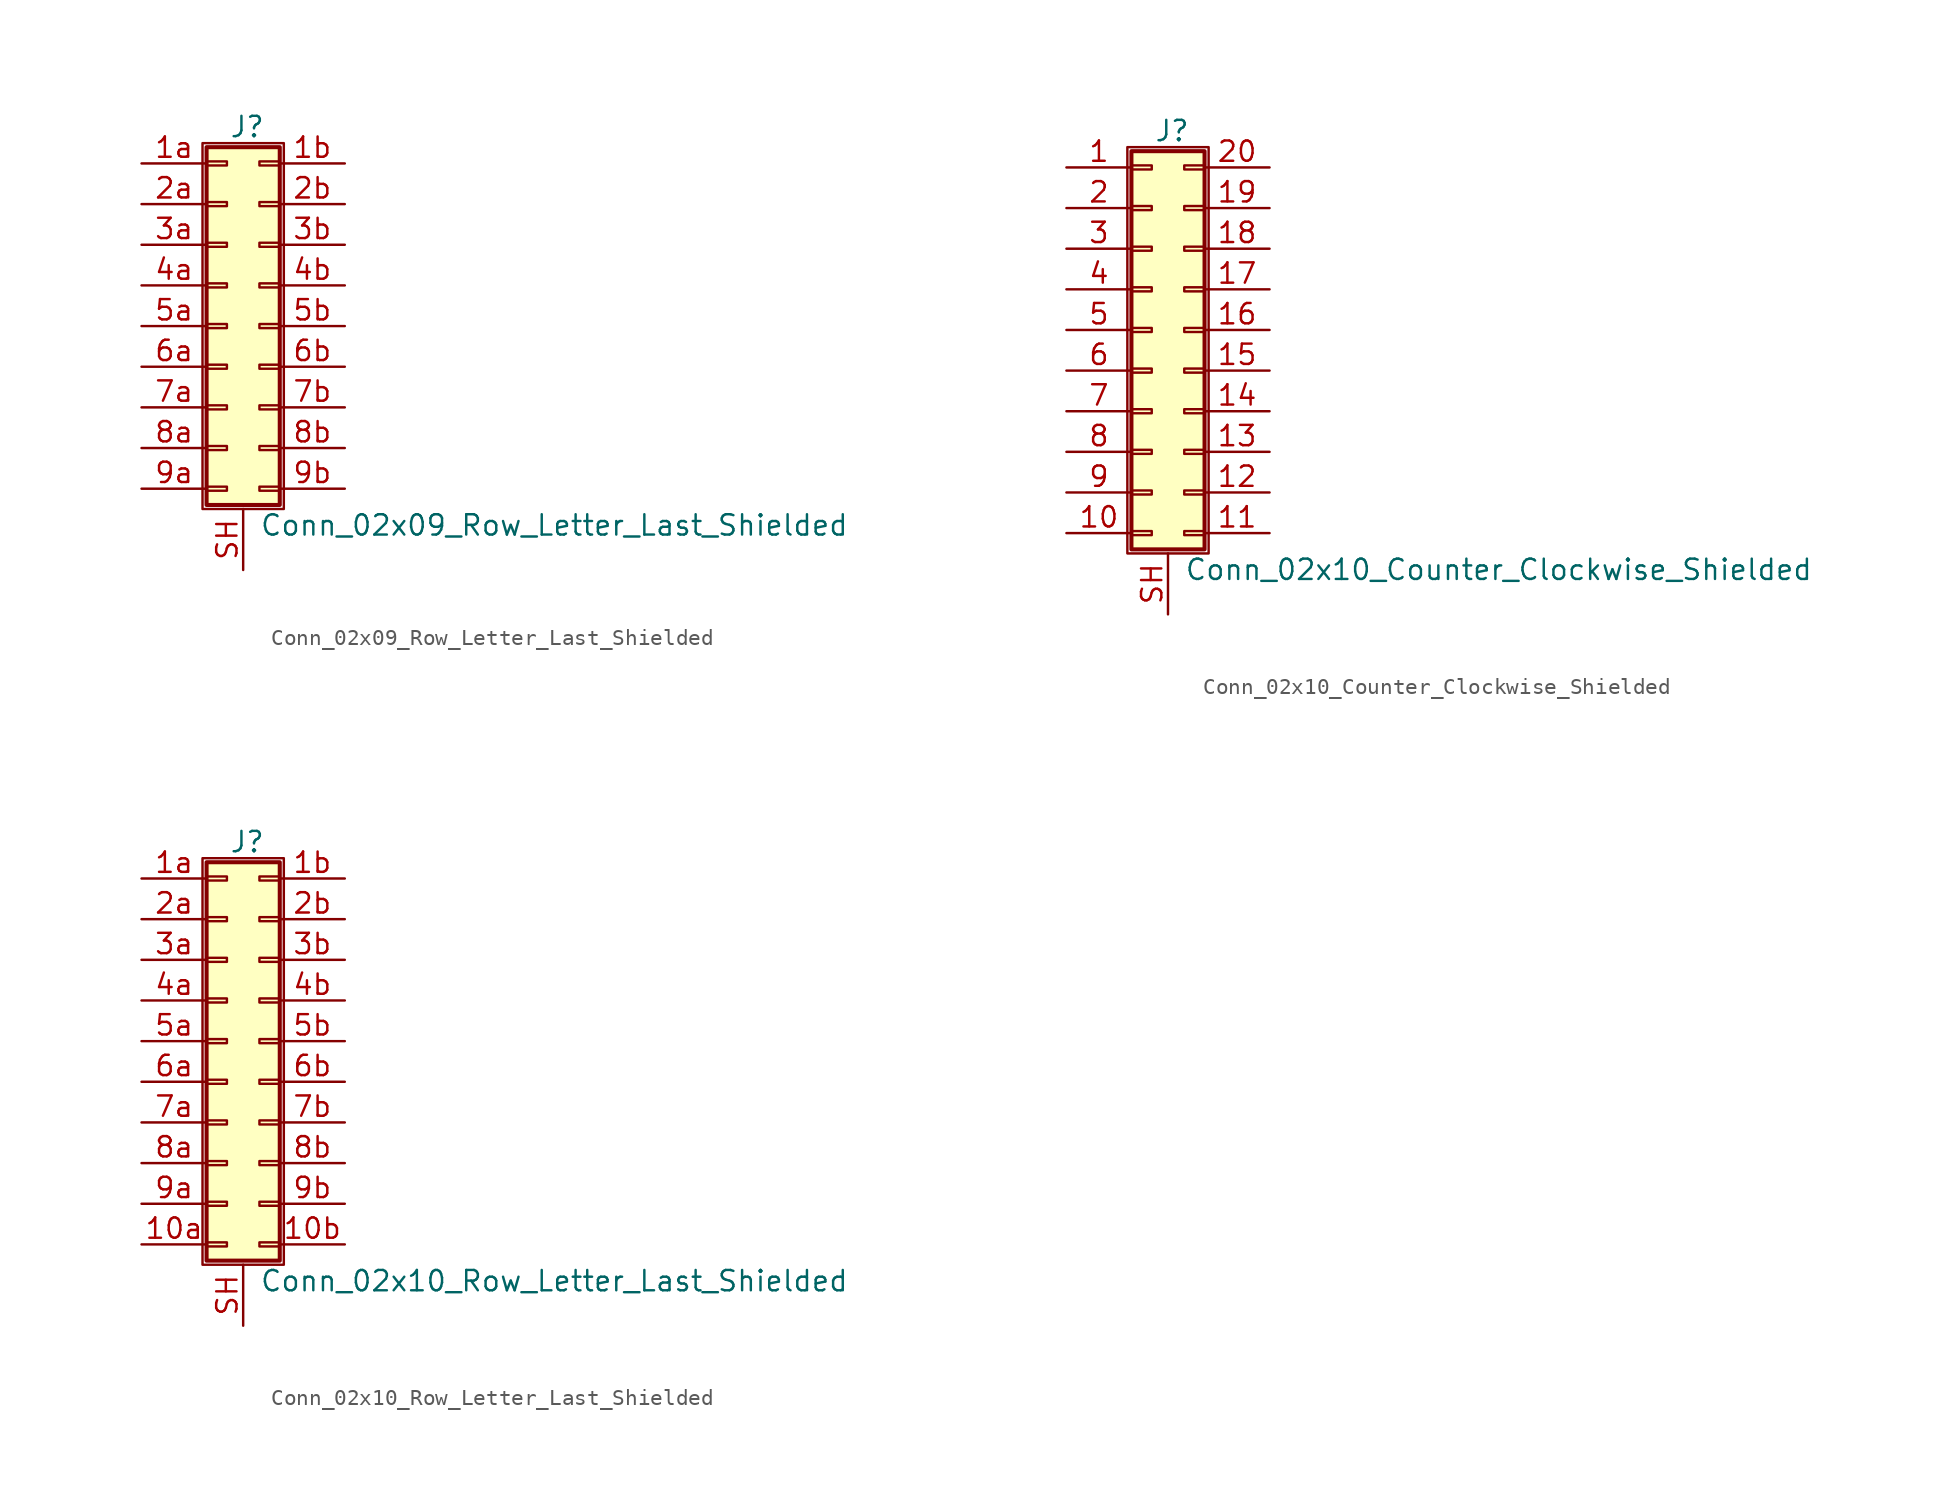
<source format=kicad_sym>
(kicad_symbol_lib
  (version 20220914)
  (generator kicad_symbol_editor)
  (symbol "Conn_02x09_Row_Letter_Last_Shielded"
    (pin_names
      (offset 1.016) hide)
    (property "Reference" "J"
      (at 1.524 12.446 0)
      (effects (font (size 1.27 1.27))))
    (property "Value" "Conn_02x09_Row_Letter_Last_Shielded"
      (at 2.286 -12.446 0)
      (effects (font (size 1.27 1.27)) (justify left)))
    (symbol "Conn_02x09_Row_Letter_Last_Shielded_1_1"
      (rectangle (start -1.27 11.43) (end 3.81 -11.43) (stroke (width 0.152) (type default)) (fill (type none)))
      (rectangle (start -1.016 -10.033) (end 0.254 -10.287) (stroke (width 0.152) (type default)) (fill (type none)))
      (rectangle (start -1.016 -7.493) (end 0.254 -7.747) (stroke (width 0.152) (type default)) (fill (type none)))
      (rectangle (start -1.016 -4.953) (end 0.254 -5.207) (stroke (width 0.152) (type default)) (fill (type none)))
      (rectangle (start -1.016 -2.413) (end 0.254 -2.667) (stroke (width 0.152) (type default)) (fill (type none)))
      (rectangle (start -1.016 0.127) (end 0.254 -0.127) (stroke (width 0.152) (type default)) (fill (type none)))
      (rectangle (start -1.016 2.667) (end 0.254 2.413) (stroke (width 0.152) (type default)) (fill (type none)))
      (rectangle (start -1.016 5.207) (end 0.254 4.953) (stroke (width 0.152) (type default)) (fill (type none)))
      (rectangle (start -1.016 7.747) (end 0.254 7.493) (stroke (width 0.152) (type default)) (fill (type none)))
      (rectangle (start -1.016 10.287) (end 0.254 10.033) (stroke (width 0.152) (type default)) (fill (type none)))
      (rectangle (start -1.016 11.176) (end 3.556 -11.176) (stroke (width 0.254) (type default)) (fill (type background)))
      (rectangle (start 3.556 -10.033) (end 2.286 -10.287) (stroke (width 0.152) (type default)) (fill (type none)))
      (rectangle (start 3.556 -7.493) (end 2.286 -7.747) (stroke (width 0.152) (type default)) (fill (type none)))
      (rectangle (start 3.556 -4.953) (end 2.286 -5.207) (stroke (width 0.152) (type default)) (fill (type none)))
      (rectangle (start 3.556 -2.413) (end 2.286 -2.667) (stroke (width 0.152) (type default)) (fill (type none)))
      (rectangle (start 3.556 0.127) (end 2.286 -0.127) (stroke (width 0.152) (type default)) (fill (type none)))
      (rectangle (start 3.556 2.667) (end 2.286 2.413) (stroke (width 0.152) (type default)) (fill (type none)))
      (rectangle (start 3.556 5.207) (end 2.286 4.953) (stroke (width 0.152) (type default)) (fill (type none)))
      (rectangle (start 3.556 7.747) (end 2.286 7.493) (stroke (width 0.152) (type default)) (fill (type none)))
      (rectangle (start 3.556 10.287) (end 2.286 10.033) (stroke (width 0.152) (type default)) (fill (type none)))
      (pin passive line (at -5.08 10.16 0) (length 4.064) (name "Pin_1a" (effects (font (size 1.27 1.27)))) (number "1a" (effects (font (size 1.27 1.27)))))
      (pin passive line (at 7.62 10.16 180) (length 4.064) (name "Pin_1b" (effects (font (size 1.27 1.27)))) (number "1b" (effects (font (size 1.27 1.27)))))
      (pin passive line (at -5.08 7.62 0) (length 4.064) (name "Pin_2a" (effects (font (size 1.27 1.27)))) (number "2a" (effects (font (size 1.27 1.27)))))
      (pin passive line (at 7.62 7.62 180) (length 4.064) (name "Pin_2b" (effects (font (size 1.27 1.27)))) (number "2b" (effects (font (size 1.27 1.27)))))
      (pin passive line (at -5.08 5.08 0) (length 4.064) (name "Pin_3a" (effects (font (size 1.27 1.27)))) (number "3a" (effects (font (size 1.27 1.27)))))
      (pin passive line (at 7.62 5.08 180) (length 4.064) (name "Pin_3b" (effects (font (size 1.27 1.27)))) (number "3b" (effects (font (size 1.27 1.27)))))
      (pin passive line (at -5.08 2.54 0) (length 4.064) (name "Pin_4a" (effects (font (size 1.27 1.27)))) (number "4a" (effects (font (size 1.27 1.27)))))
      (pin passive line (at 7.62 2.54 180) (length 4.064) (name "Pin_4b" (effects (font (size 1.27 1.27)))) (number "4b" (effects (font (size 1.27 1.27)))))
      (pin passive line (at -5.08 0 0) (length 4.064) (name "Pin_5a" (effects (font (size 1.27 1.27)))) (number "5a" (effects (font (size 1.27 1.27)))))
      (pin passive line (at 7.62 0 180) (length 4.064) (name "Pin_5b" (effects (font (size 1.27 1.27)))) (number "5b" (effects (font (size 1.27 1.27)))))
      (pin passive line (at -5.08 -2.54 0) (length 4.064) (name "Pin_6a" (effects (font (size 1.27 1.27)))) (number "6a" (effects (font (size 1.27 1.27)))))
      (pin passive line (at 7.62 -2.54 180) (length 4.064) (name "Pin_6b" (effects (font (size 1.27 1.27)))) (number "6b" (effects (font (size 1.27 1.27)))))
      (pin passive line (at -5.08 -5.08 0) (length 4.064) (name "Pin_7a" (effects (font (size 1.27 1.27)))) (number "7a" (effects (font (size 1.27 1.27)))))
      (pin passive line (at 7.62 -5.08 180) (length 4.064) (name "Pin_7b" (effects (font (size 1.27 1.27)))) (number "7b" (effects (font (size 1.27 1.27)))))
      (pin passive line (at -5.08 -7.62 0) (length 4.064) (name "Pin_8a" (effects (font (size 1.27 1.27)))) (number "8a" (effects (font (size 1.27 1.27)))))
      (pin passive line (at 7.62 -7.62 180) (length 4.064) (name "Pin_8b" (effects (font (size 1.27 1.27)))) (number "8b" (effects (font (size 1.27 1.27)))))
      (pin passive line (at -5.08 -10.16 0) (length 4.064) (name "Pin_9a" (effects (font (size 1.27 1.27)))) (number "9a" (effects (font (size 1.27 1.27)))))
      (pin passive line (at 7.62 -10.16 180) (length 4.064) (name "Pin_9b" (effects (font (size 1.27 1.27)))) (number "9b" (effects (font (size 1.27 1.27)))))
      (pin passive line (at 1.27 -15.24 90) (length 3.81) (name "Shield" (effects (font (size 1.27 1.27)))) (number "SH" (effects (font (size 1.27 1.27)))))))
  (symbol "Conn_02x10_Counter_Clockwise_Shielded"
    (pin_names
      (offset 1.016) hide)
    (property "Reference" "J"
      (at 1.524 12.446 0)
      (effects (font (size 1.27 1.27))))
    (property "Value" "Conn_02x10_Counter_Clockwise_Shielded"
      (at 2.286 -14.986 0)
      (effects (font (size 1.27 1.27)) (justify left)))
    (symbol "Conn_02x10_Counter_Clockwise_Shielded_1_1"
      (rectangle (start -1.27 11.43) (end 3.81 -13.97) (stroke (width 0.152) (type default)) (fill (type none)))
      (rectangle (start -1.016 -12.573) (end 0.254 -12.827) (stroke (width 0.152) (type default)) (fill (type none)))
      (rectangle (start -1.016 -10.033) (end 0.254 -10.287) (stroke (width 0.152) (type default)) (fill (type none)))
      (rectangle (start -1.016 -7.493) (end 0.254 -7.747) (stroke (width 0.152) (type default)) (fill (type none)))
      (rectangle (start -1.016 -4.953) (end 0.254 -5.207) (stroke (width 0.152) (type default)) (fill (type none)))
      (rectangle (start -1.016 -2.413) (end 0.254 -2.667) (stroke (width 0.152) (type default)) (fill (type none)))
      (rectangle (start -1.016 0.127) (end 0.254 -0.127) (stroke (width 0.152) (type default)) (fill (type none)))
      (rectangle (start -1.016 2.667) (end 0.254 2.413) (stroke (width 0.152) (type default)) (fill (type none)))
      (rectangle (start -1.016 5.207) (end 0.254 4.953) (stroke (width 0.152) (type default)) (fill (type none)))
      (rectangle (start -1.016 7.747) (end 0.254 7.493) (stroke (width 0.152) (type default)) (fill (type none)))
      (rectangle (start -1.016 10.287) (end 0.254 10.033) (stroke (width 0.152) (type default)) (fill (type none)))
      (rectangle (start -1.016 11.176) (end 3.556 -13.716) (stroke (width 0.254) (type default)) (fill (type background)))
      (rectangle (start 3.556 -12.573) (end 2.286 -12.827) (stroke (width 0.152) (type default)) (fill (type none)))
      (rectangle (start 3.556 -10.033) (end 2.286 -10.287) (stroke (width 0.152) (type default)) (fill (type none)))
      (rectangle (start 3.556 -7.493) (end 2.286 -7.747) (stroke (width 0.152) (type default)) (fill (type none)))
      (rectangle (start 3.556 -4.953) (end 2.286 -5.207) (stroke (width 0.152) (type default)) (fill (type none)))
      (rectangle (start 3.556 -2.413) (end 2.286 -2.667) (stroke (width 0.152) (type default)) (fill (type none)))
      (rectangle (start 3.556 0.127) (end 2.286 -0.127) (stroke (width 0.152) (type default)) (fill (type none)))
      (rectangle (start 3.556 2.667) (end 2.286 2.413) (stroke (width 0.152) (type default)) (fill (type none)))
      (rectangle (start 3.556 5.207) (end 2.286 4.953) (stroke (width 0.152) (type default)) (fill (type none)))
      (rectangle (start 3.556 7.747) (end 2.286 7.493) (stroke (width 0.152) (type default)) (fill (type none)))
      (rectangle (start 3.556 10.287) (end 2.286 10.033) (stroke (width 0.152) (type default)) (fill (type none)))
      (pin passive line (at -5.08 10.16 0) (length 4.064) (name "Pin_1" (effects (font (size 1.27 1.27)))) (number "1" (effects (font (size 1.27 1.27)))))
      (pin passive line (at -5.08 -12.7 0) (length 4.064) (name "Pin_10" (effects (font (size 1.27 1.27)))) (number "10" (effects (font (size 1.27 1.27)))))
      (pin passive line (at 7.62 -12.7 180) (length 4.064) (name "Pin_11" (effects (font (size 1.27 1.27)))) (number "11" (effects (font (size 1.27 1.27)))))
      (pin passive line (at 7.62 -10.16 180) (length 4.064) (name "Pin_12" (effects (font (size 1.27 1.27)))) (number "12" (effects (font (size 1.27 1.27)))))
      (pin passive line (at 7.62 -7.62 180) (length 4.064) (name "Pin_13" (effects (font (size 1.27 1.27)))) (number "13" (effects (font (size 1.27 1.27)))))
      (pin passive line (at 7.62 -5.08 180) (length 4.064) (name "Pin_14" (effects (font (size 1.27 1.27)))) (number "14" (effects (font (size 1.27 1.27)))))
      (pin passive line (at 7.62 -2.54 180) (length 4.064) (name "Pin_15" (effects (font (size 1.27 1.27)))) (number "15" (effects (font (size 1.27 1.27)))))
      (pin passive line (at 7.62 0 180) (length 4.064) (name "Pin_16" (effects (font (size 1.27 1.27)))) (number "16" (effects (font (size 1.27 1.27)))))
      (pin passive line (at 7.62 2.54 180) (length 4.064) (name "Pin_17" (effects (font (size 1.27 1.27)))) (number "17" (effects (font (size 1.27 1.27)))))
      (pin passive line (at 7.62 5.08 180) (length 4.064) (name "Pin_18" (effects (font (size 1.27 1.27)))) (number "18" (effects (font (size 1.27 1.27)))))
      (pin passive line (at 7.62 7.62 180) (length 4.064) (name "Pin_19" (effects (font (size 1.27 1.27)))) (number "19" (effects (font (size 1.27 1.27)))))
      (pin passive line (at -5.08 7.62 0) (length 4.064) (name "Pin_2" (effects (font (size 1.27 1.27)))) (number "2" (effects (font (size 1.27 1.27)))))
      (pin passive line (at 7.62 10.16 180) (length 4.064) (name "Pin_20" (effects (font (size 1.27 1.27)))) (number "20" (effects (font (size 1.27 1.27)))))
      (pin passive line (at -5.08 5.08 0) (length 4.064) (name "Pin_3" (effects (font (size 1.27 1.27)))) (number "3" (effects (font (size 1.27 1.27)))))
      (pin passive line (at -5.08 2.54 0) (length 4.064) (name "Pin_4" (effects (font (size 1.27 1.27)))) (number "4" (effects (font (size 1.27 1.27)))))
      (pin passive line (at -5.08 0 0) (length 4.064) (name "Pin_5" (effects (font (size 1.27 1.27)))) (number "5" (effects (font (size 1.27 1.27)))))
      (pin passive line (at -5.08 -2.54 0) (length 4.064) (name "Pin_6" (effects (font (size 1.27 1.27)))) (number "6" (effects (font (size 1.27 1.27)))))
      (pin passive line (at -5.08 -5.08 0) (length 4.064) (name "Pin_7" (effects (font (size 1.27 1.27)))) (number "7" (effects (font (size 1.27 1.27)))))
      (pin passive line (at -5.08 -7.62 0) (length 4.064) (name "Pin_8" (effects (font (size 1.27 1.27)))) (number "8" (effects (font (size 1.27 1.27)))))
      (pin passive line (at -5.08 -10.16 0) (length 4.064) (name "Pin_9" (effects (font (size 1.27 1.27)))) (number "9" (effects (font (size 1.27 1.27)))))
      (pin passive line (at 1.27 -17.78 90) (length 3.81) (name "Shield" (effects (font (size 1.27 1.27)))) (number "SH" (effects (font (size 1.27 1.27)))))))
  (symbol "Conn_02x10_Row_Letter_Last_Shielded"
    (pin_names
      (offset 1.016) hide)
    (property "Reference" "J"
      (at 1.524 12.446 0)
      (effects (font (size 1.27 1.27))))
    (property "Value" "Conn_02x10_Row_Letter_Last_Shielded"
      (at 2.286 -14.986 0)
      (effects (font (size 1.27 1.27)) (justify left)))
    (symbol "Conn_02x10_Row_Letter_Last_Shielded_1_1"
      (rectangle (start -1.27 11.43) (end 3.81 -13.97) (stroke (width 0.152) (type default)) (fill (type none)))
      (rectangle (start -1.016 -12.573) (end 0.254 -12.827) (stroke (width 0.152) (type default)) (fill (type none)))
      (rectangle (start -1.016 -10.033) (end 0.254 -10.287) (stroke (width 0.152) (type default)) (fill (type none)))
      (rectangle (start -1.016 -7.493) (end 0.254 -7.747) (stroke (width 0.152) (type default)) (fill (type none)))
      (rectangle (start -1.016 -4.953) (end 0.254 -5.207) (stroke (width 0.152) (type default)) (fill (type none)))
      (rectangle (start -1.016 -2.413) (end 0.254 -2.667) (stroke (width 0.152) (type default)) (fill (type none)))
      (rectangle (start -1.016 0.127) (end 0.254 -0.127) (stroke (width 0.152) (type default)) (fill (type none)))
      (rectangle (start -1.016 2.667) (end 0.254 2.413) (stroke (width 0.152) (type default)) (fill (type none)))
      (rectangle (start -1.016 5.207) (end 0.254 4.953) (stroke (width 0.152) (type default)) (fill (type none)))
      (rectangle (start -1.016 7.747) (end 0.254 7.493) (stroke (width 0.152) (type default)) (fill (type none)))
      (rectangle (start -1.016 10.287) (end 0.254 10.033) (stroke (width 0.152) (type default)) (fill (type none)))
      (rectangle (start -1.016 11.176) (end 3.556 -13.716) (stroke (width 0.254) (type default)) (fill (type background)))
      (rectangle (start 3.556 -12.573) (end 2.286 -12.827) (stroke (width 0.152) (type default)) (fill (type none)))
      (rectangle (start 3.556 -10.033) (end 2.286 -10.287) (stroke (width 0.152) (type default)) (fill (type none)))
      (rectangle (start 3.556 -7.493) (end 2.286 -7.747) (stroke (width 0.152) (type default)) (fill (type none)))
      (rectangle (start 3.556 -4.953) (end 2.286 -5.207) (stroke (width 0.152) (type default)) (fill (type none)))
      (rectangle (start 3.556 -2.413) (end 2.286 -2.667) (stroke (width 0.152) (type default)) (fill (type none)))
      (rectangle (start 3.556 0.127) (end 2.286 -0.127) (stroke (width 0.152) (type default)) (fill (type none)))
      (rectangle (start 3.556 2.667) (end 2.286 2.413) (stroke (width 0.152) (type default)) (fill (type none)))
      (rectangle (start 3.556 5.207) (end 2.286 4.953) (stroke (width 0.152) (type default)) (fill (type none)))
      (rectangle (start 3.556 7.747) (end 2.286 7.493) (stroke (width 0.152) (type default)) (fill (type none)))
      (rectangle (start 3.556 10.287) (end 2.286 10.033) (stroke (width 0.152) (type default)) (fill (type none)))
      (pin passive line (at -5.08 -12.7 0) (length 4.064) (name "Pin_10a" (effects (font (size 1.27 1.27)))) (number "10a" (effects (font (size 1.27 1.27)))))
      (pin passive line (at 7.62 -12.7 180) (length 4.064) (name "Pin_10b" (effects (font (size 1.27 1.27)))) (number "10b" (effects (font (size 1.27 1.27)))))
      (pin passive line (at -5.08 10.16 0) (length 4.064) (name "Pin_1a" (effects (font (size 1.27 1.27)))) (number "1a" (effects (font (size 1.27 1.27)))))
      (pin passive line (at 7.62 10.16 180) (length 4.064) (name "Pin_1b" (effects (font (size 1.27 1.27)))) (number "1b" (effects (font (size 1.27 1.27)))))
      (pin passive line (at -5.08 7.62 0) (length 4.064) (name "Pin_2a" (effects (font (size 1.27 1.27)))) (number "2a" (effects (font (size 1.27 1.27)))))
      (pin passive line (at 7.62 7.62 180) (length 4.064) (name "Pin_2b" (effects (font (size 1.27 1.27)))) (number "2b" (effects (font (size 1.27 1.27)))))
      (pin passive line (at -5.08 5.08 0) (length 4.064) (name "Pin_3a" (effects (font (size 1.27 1.27)))) (number "3a" (effects (font (size 1.27 1.27)))))
      (pin passive line (at 7.62 5.08 180) (length 4.064) (name "Pin_3b" (effects (font (size 1.27 1.27)))) (number "3b" (effects (font (size 1.27 1.27)))))
      (pin passive line (at -5.08 2.54 0) (length 4.064) (name "Pin_4a" (effects (font (size 1.27 1.27)))) (number "4a" (effects (font (size 1.27 1.27)))))
      (pin passive line (at 7.62 2.54 180) (length 4.064) (name "Pin_4b" (effects (font (size 1.27 1.27)))) (number "4b" (effects (font (size 1.27 1.27)))))
      (pin passive line (at -5.08 0 0) (length 4.064) (name "Pin_5a" (effects (font (size 1.27 1.27)))) (number "5a" (effects (font (size 1.27 1.27)))))
      (pin passive line (at 7.62 0 180) (length 4.064) (name "Pin_5b" (effects (font (size 1.27 1.27)))) (number "5b" (effects (font (size 1.27 1.27)))))
      (pin passive line (at -5.08 -2.54 0) (length 4.064) (name "Pin_6a" (effects (font (size 1.27 1.27)))) (number "6a" (effects (font (size 1.27 1.27)))))
      (pin passive line (at 7.62 -2.54 180) (length 4.064) (name "Pin_6b" (effects (font (size 1.27 1.27)))) (number "6b" (effects (font (size 1.27 1.27)))))
      (pin passive line (at -5.08 -5.08 0) (length 4.064) (name "Pin_7a" (effects (font (size 1.27 1.27)))) (number "7a" (effects (font (size 1.27 1.27)))))
      (pin passive line (at 7.62 -5.08 180) (length 4.064) (name "Pin_7b" (effects (font (size 1.27 1.27)))) (number "7b" (effects (font (size 1.27 1.27)))))
      (pin passive line (at -5.08 -7.62 0) (length 4.064) (name "Pin_8a" (effects (font (size 1.27 1.27)))) (number "8a" (effects (font (size 1.27 1.27)))))
      (pin passive line (at 7.62 -7.62 180) (length 4.064) (name "Pin_8b" (effects (font (size 1.27 1.27)))) (number "8b" (effects (font (size 1.27 1.27)))))
      (pin passive line (at -5.08 -10.16 0) (length 4.064) (name "Pin_9a" (effects (font (size 1.27 1.27)))) (number "9a" (effects (font (size 1.27 1.27)))))
      (pin passive line (at 7.62 -10.16 180) (length 4.064) (name "Pin_9b" (effects (font (size 1.27 1.27)))) (number "9b" (effects (font (size 1.27 1.27)))))
      (pin passive line (at 1.27 -17.78 90) (length 3.81) (name "Shield" (effects (font (size 1.27 1.27)))) (number "SH" (effects (font (size 1.27 1.27))))))))
</source>
